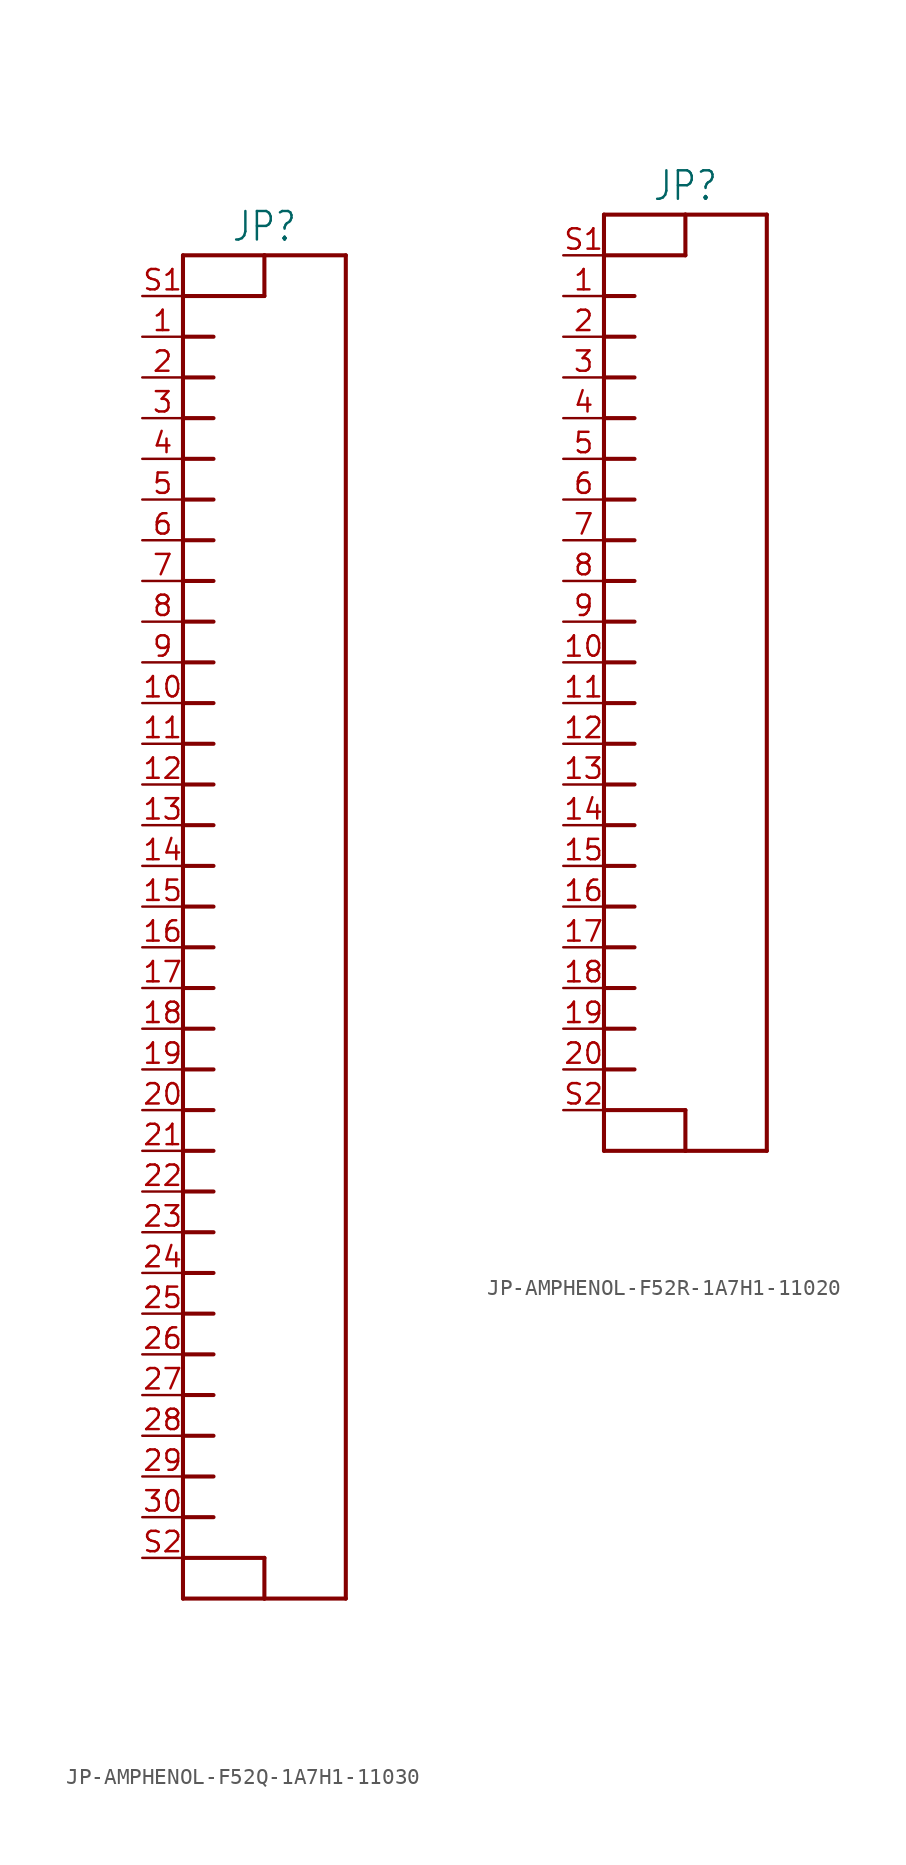
<source format=kicad_sym>
(kicad_symbol_lib
  (version 20231120)
  (generator "kicad_symbol_editor")
  (generator_version "8.0")
  (symbol "JP-AMPHENOL-F52Q-1A7H1-11030"
    (property "Reference" "JP"
      (at 2.54 41.402 0)
      (effects (font (size 1.778 1.511)) (justify bottom)))
    (property "Value" ""
      (at 2.54 -43.942 0)
      (effects (font (size 1.778 1.511)) (justify top)))
    (property "ki_locked" ""
      (at 0 0 0)
      (effects (font (size 1.27 1.27))))
    (symbol "JP-AMPHENOL-F52Q-1A7H1-11030_1_0"
      (polyline (pts (xy -2.54 -43.18) (xy -2.54 -40.64)) (stroke (width 0.254) (type solid)) (fill (type none)))
      (polyline (pts (xy -2.54 -40.64) (xy -2.54 -38.1)) (stroke (width 0.254) (type solid)) (fill (type none)))
      (polyline (pts (xy -2.54 -40.64) (xy 2.54 -40.64)) (stroke (width 0.254) (type solid)) (fill (type none)))
      (polyline (pts (xy -2.54 -38.1) (xy -2.54 -35.56)) (stroke (width 0.254) (type solid)) (fill (type none)))
      (polyline (pts (xy -2.54 -38.1) (xy -0.635 -38.1)) (stroke (width 0.254) (type solid)) (fill (type none)))
      (polyline (pts (xy -2.54 -35.56) (xy -2.54 -33.02)) (stroke (width 0.254) (type solid)) (fill (type none)))
      (polyline (pts (xy -2.54 -35.56) (xy -0.635 -35.56)) (stroke (width 0.254) (type solid)) (fill (type none)))
      (polyline (pts (xy -2.54 -33.02) (xy -2.54 -30.48)) (stroke (width 0.254) (type solid)) (fill (type none)))
      (polyline (pts (xy -2.54 -33.02) (xy -0.635 -33.02)) (stroke (width 0.254) (type solid)) (fill (type none)))
      (polyline (pts (xy -2.54 -30.48) (xy -2.54 -27.94)) (stroke (width 0.254) (type solid)) (fill (type none)))
      (polyline (pts (xy -2.54 -30.48) (xy -0.635 -30.48)) (stroke (width 0.254) (type solid)) (fill (type none)))
      (polyline (pts (xy -2.54 -27.94) (xy -2.54 -25.4)) (stroke (width 0.254) (type solid)) (fill (type none)))
      (polyline (pts (xy -2.54 -27.94) (xy -0.635 -27.94)) (stroke (width 0.254) (type solid)) (fill (type none)))
      (polyline (pts (xy -2.54 -25.4) (xy -2.54 -22.86)) (stroke (width 0.254) (type solid)) (fill (type none)))
      (polyline (pts (xy -2.54 -25.4) (xy -0.635 -25.4)) (stroke (width 0.254) (type solid)) (fill (type none)))
      (polyline (pts (xy -2.54 -22.86) (xy -2.54 -20.32)) (stroke (width 0.254) (type solid)) (fill (type none)))
      (polyline (pts (xy -2.54 -22.86) (xy -0.635 -22.86)) (stroke (width 0.254) (type solid)) (fill (type none)))
      (polyline (pts (xy -2.54 -20.32) (xy -2.54 -17.78)) (stroke (width 0.254) (type solid)) (fill (type none)))
      (polyline (pts (xy -2.54 -20.32) (xy -0.635 -20.32)) (stroke (width 0.254) (type solid)) (fill (type none)))
      (polyline (pts (xy -2.54 -17.78) (xy -2.54 -15.24)) (stroke (width 0.254) (type solid)) (fill (type none)))
      (polyline (pts (xy -2.54 -17.78) (xy -0.635 -17.78)) (stroke (width 0.254) (type solid)) (fill (type none)))
      (polyline (pts (xy -2.54 -15.24) (xy -2.54 -12.7)) (stroke (width 0.254) (type solid)) (fill (type none)))
      (polyline (pts (xy -2.54 -15.24) (xy -0.635 -15.24)) (stroke (width 0.254) (type solid)) (fill (type none)))
      (polyline (pts (xy -2.54 -12.7) (xy -2.54 -10.16)) (stroke (width 0.254) (type solid)) (fill (type none)))
      (polyline (pts (xy -2.54 -12.7) (xy -0.635 -12.7)) (stroke (width 0.254) (type solid)) (fill (type none)))
      (polyline (pts (xy -2.54 -10.16) (xy -2.54 -7.62)) (stroke (width 0.254) (type solid)) (fill (type none)))
      (polyline (pts (xy -2.54 -10.16) (xy -0.635 -10.16)) (stroke (width 0.254) (type solid)) (fill (type none)))
      (polyline (pts (xy -2.54 -7.62) (xy -2.54 -5.08)) (stroke (width 0.254) (type solid)) (fill (type none)))
      (polyline (pts (xy -2.54 -7.62) (xy -0.635 -7.62)) (stroke (width 0.254) (type solid)) (fill (type none)))
      (polyline (pts (xy -2.54 -5.08) (xy -2.54 -2.54)) (stroke (width 0.254) (type solid)) (fill (type none)))
      (polyline (pts (xy -2.54 -5.08) (xy -0.635 -5.08)) (stroke (width 0.254) (type solid)) (fill (type none)))
      (polyline (pts (xy -2.54 -2.54) (xy -2.54 0)) (stroke (width 0.254) (type solid)) (fill (type none)))
      (polyline (pts (xy -2.54 -2.54) (xy -0.635 -2.54)) (stroke (width 0.254) (type solid)) (fill (type none)))
      (polyline (pts (xy -2.54 0) (xy -2.54 2.54)) (stroke (width 0.254) (type solid)) (fill (type none)))
      (polyline (pts (xy -2.54 0) (xy -0.635 0)) (stroke (width 0.254) (type solid)) (fill (type none)))
      (polyline (pts (xy -2.54 2.54) (xy -2.54 5.08)) (stroke (width 0.254) (type solid)) (fill (type none)))
      (polyline (pts (xy -2.54 2.54) (xy -0.635 2.54)) (stroke (width 0.254) (type solid)) (fill (type none)))
      (polyline (pts (xy -2.54 5.08) (xy -2.54 7.62)) (stroke (width 0.254) (type solid)) (fill (type none)))
      (polyline (pts (xy -2.54 5.08) (xy -0.635 5.08)) (stroke (width 0.254) (type solid)) (fill (type none)))
      (polyline (pts (xy -2.54 7.62) (xy -2.54 10.16)) (stroke (width 0.254) (type solid)) (fill (type none)))
      (polyline (pts (xy -2.54 7.62) (xy -0.635 7.62)) (stroke (width 0.254) (type solid)) (fill (type none)))
      (polyline (pts (xy -2.54 10.16) (xy -2.54 12.7)) (stroke (width 0.254) (type solid)) (fill (type none)))
      (polyline (pts (xy -2.54 10.16) (xy -0.635 10.16)) (stroke (width 0.254) (type solid)) (fill (type none)))
      (polyline (pts (xy -2.54 12.7) (xy -2.54 15.24)) (stroke (width 0.254) (type solid)) (fill (type none)))
      (polyline (pts (xy -2.54 12.7) (xy -0.635 12.7)) (stroke (width 0.254) (type solid)) (fill (type none)))
      (polyline (pts (xy -2.54 15.24) (xy -2.54 17.78)) (stroke (width 0.254) (type solid)) (fill (type none)))
      (polyline (pts (xy -2.54 15.24) (xy -0.635 15.24)) (stroke (width 0.254) (type solid)) (fill (type none)))
      (polyline (pts (xy -2.54 17.78) (xy -2.54 20.32)) (stroke (width 0.254) (type solid)) (fill (type none)))
      (polyline (pts (xy -2.54 17.78) (xy -0.635 17.78)) (stroke (width 0.254) (type solid)) (fill (type none)))
      (polyline (pts (xy -2.54 20.32) (xy -2.54 22.86)) (stroke (width 0.254) (type solid)) (fill (type none)))
      (polyline (pts (xy -2.54 20.32) (xy -0.635 20.32)) (stroke (width 0.254) (type solid)) (fill (type none)))
      (polyline (pts (xy -2.54 22.86) (xy -2.54 25.4)) (stroke (width 0.254) (type solid)) (fill (type none)))
      (polyline (pts (xy -2.54 22.86) (xy -0.635 22.86)) (stroke (width 0.254) (type solid)) (fill (type none)))
      (polyline (pts (xy -2.54 25.4) (xy -2.54 27.94)) (stroke (width 0.254) (type solid)) (fill (type none)))
      (polyline (pts (xy -2.54 25.4) (xy -0.635 25.4)) (stroke (width 0.254) (type solid)) (fill (type none)))
      (polyline (pts (xy -2.54 27.94) (xy -2.54 30.48)) (stroke (width 0.254) (type solid)) (fill (type none)))
      (polyline (pts (xy -2.54 27.94) (xy -0.635 27.94)) (stroke (width 0.254) (type solid)) (fill (type none)))
      (polyline (pts (xy -2.54 30.48) (xy -2.54 33.02)) (stroke (width 0.254) (type solid)) (fill (type none)))
      (polyline (pts (xy -2.54 30.48) (xy -0.635 30.48)) (stroke (width 0.254) (type solid)) (fill (type none)))
      (polyline (pts (xy -2.54 33.02) (xy -2.54 35.56)) (stroke (width 0.254) (type solid)) (fill (type none)))
      (polyline (pts (xy -2.54 33.02) (xy -0.635 33.02)) (stroke (width 0.254) (type solid)) (fill (type none)))
      (polyline (pts (xy -2.54 35.56) (xy -2.54 38.1)) (stroke (width 0.254) (type solid)) (fill (type none)))
      (polyline (pts (xy -2.54 35.56) (xy -0.635 35.56)) (stroke (width 0.254) (type solid)) (fill (type none)))
      (polyline (pts (xy -2.54 38.1) (xy -2.54 40.64)) (stroke (width 0.254) (type solid)) (fill (type none)))
      (polyline (pts (xy -2.54 38.1) (xy 2.54 38.1)) (stroke (width 0.254) (type solid)) (fill (type none)))
      (polyline (pts (xy -2.54 40.64) (xy 2.54 40.64)) (stroke (width 0.254) (type solid)) (fill (type none)))
      (polyline (pts (xy 2.54 -43.18) (xy -2.54 -43.18)) (stroke (width 0.254) (type solid)) (fill (type none)))
      (polyline (pts (xy 2.54 -40.64) (xy 2.54 -43.18)) (stroke (width 0.254) (type solid)) (fill (type none)))
      (polyline (pts (xy 2.54 38.1) (xy 2.54 40.64)) (stroke (width 0.254) (type solid)) (fill (type none)))
      (polyline (pts (xy 2.54 40.64) (xy 7.62 40.64)) (stroke (width 0.254) (type solid)) (fill (type none)))
      (polyline (pts (xy 7.62 -43.18) (xy 2.54 -43.18)) (stroke (width 0.254) (type solid)) (fill (type none)))
      (polyline (pts (xy 7.62 40.64) (xy 7.62 -43.18)) (stroke (width 0.254) (type solid)) (fill (type none)))
      (pin passive line (at -5.08 35.56 0) (length 2.54) (name "1" (effects (font (size 0 0)))) (number "1" (effects (font (size 1.27 1.27)))))
      (pin passive line (at -5.08 12.7 0) (length 2.54) (name "10" (effects (font (size 0 0)))) (number "10" (effects (font (size 1.27 1.27)))))
      (pin passive line (at -5.08 10.16 0) (length 2.54) (name "11" (effects (font (size 0 0)))) (number "11" (effects (font (size 1.27 1.27)))))
      (pin passive line (at -5.08 7.62 0) (length 2.54) (name "12" (effects (font (size 0 0)))) (number "12" (effects (font (size 1.27 1.27)))))
      (pin passive line (at -5.08 5.08 0) (length 2.54) (name "13" (effects (font (size 0 0)))) (number "13" (effects (font (size 1.27 1.27)))))
      (pin passive line (at -5.08 2.54 0) (length 2.54) (name "14" (effects (font (size 0 0)))) (number "14" (effects (font (size 1.27 1.27)))))
      (pin passive line (at -5.08 0 0) (length 2.54) (name "15" (effects (font (size 0 0)))) (number "15" (effects (font (size 1.27 1.27)))))
      (pin passive line (at -5.08 -2.54 0) (length 2.54) (name "16" (effects (font (size 0 0)))) (number "16" (effects (font (size 1.27 1.27)))))
      (pin passive line (at -5.08 -5.08 0) (length 2.54) (name "17" (effects (font (size 0 0)))) (number "17" (effects (font (size 1.27 1.27)))))
      (pin passive line (at -5.08 -7.62 0) (length 2.54) (name "18" (effects (font (size 0 0)))) (number "18" (effects (font (size 1.27 1.27)))))
      (pin passive line (at -5.08 -10.16 0) (length 2.54) (name "19" (effects (font (size 0 0)))) (number "19" (effects (font (size 1.27 1.27)))))
      (pin passive line (at -5.08 33.02 0) (length 2.54) (name "2" (effects (font (size 0 0)))) (number "2" (effects (font (size 1.27 1.27)))))
      (pin passive line (at -5.08 -12.7 0) (length 2.54) (name "20" (effects (font (size 0 0)))) (number "20" (effects (font (size 1.27 1.27)))))
      (pin passive line (at -5.08 -15.24 0) (length 2.54) (name "21" (effects (font (size 0 0)))) (number "21" (effects (font (size 1.27 1.27)))))
      (pin passive line (at -5.08 -17.78 0) (length 2.54) (name "22" (effects (font (size 0 0)))) (number "22" (effects (font (size 1.27 1.27)))))
      (pin passive line (at -5.08 -20.32 0) (length 2.54) (name "23" (effects (font (size 0 0)))) (number "23" (effects (font (size 1.27 1.27)))))
      (pin passive line (at -5.08 -22.86 0) (length 2.54) (name "24" (effects (font (size 0 0)))) (number "24" (effects (font (size 1.27 1.27)))))
      (pin passive line (at -5.08 -25.4 0) (length 2.54) (name "25" (effects (font (size 0 0)))) (number "25" (effects (font (size 1.27 1.27)))))
      (pin passive line (at -5.08 -27.94 0) (length 2.54) (name "26" (effects (font (size 0 0)))) (number "26" (effects (font (size 1.27 1.27)))))
      (pin passive line (at -5.08 -30.48 0) (length 2.54) (name "27" (effects (font (size 0 0)))) (number "27" (effects (font (size 1.27 1.27)))))
      (pin passive line (at -5.08 -33.02 0) (length 2.54) (name "28" (effects (font (size 0 0)))) (number "28" (effects (font (size 1.27 1.27)))))
      (pin passive line (at -5.08 -35.56 0) (length 2.54) (name "29" (effects (font (size 0 0)))) (number "29" (effects (font (size 1.27 1.27)))))
      (pin passive line (at -5.08 30.48 0) (length 2.54) (name "3" (effects (font (size 0 0)))) (number "3" (effects (font (size 1.27 1.27)))))
      (pin passive line (at -5.08 -38.1 0) (length 2.54) (name "30" (effects (font (size 0 0)))) (number "30" (effects (font (size 1.27 1.27)))))
      (pin passive line (at -5.08 27.94 0) (length 2.54) (name "4" (effects (font (size 0 0)))) (number "4" (effects (font (size 1.27 1.27)))))
      (pin passive line (at -5.08 25.4 0) (length 2.54) (name "5" (effects (font (size 0 0)))) (number "5" (effects (font (size 1.27 1.27)))))
      (pin passive line (at -5.08 22.86 0) (length 2.54) (name "6" (effects (font (size 0 0)))) (number "6" (effects (font (size 1.27 1.27)))))
      (pin passive line (at -5.08 20.32 0) (length 2.54) (name "7" (effects (font (size 0 0)))) (number "7" (effects (font (size 1.27 1.27)))))
      (pin passive line (at -5.08 17.78 0) (length 2.54) (name "8" (effects (font (size 0 0)))) (number "8" (effects (font (size 1.27 1.27)))))
      (pin passive line (at -5.08 15.24 0) (length 2.54) (name "9" (effects (font (size 0 0)))) (number "9" (effects (font (size 1.27 1.27)))))
      (pin passive line (at -5.08 38.1 0) (length 2.54) (name "S1" (effects (font (size 0 0)))) (number "S1" (effects (font (size 1.27 1.27)))))
      (pin passive line (at -5.08 -40.64 0) (length 2.54) (name "S2" (effects (font (size 0 0)))) (number "S2" (effects (font (size 1.27 1.27)))))))
  (symbol "JP-AMPHENOL-F52R-1A7H1-11020"
    (property "Reference" "JP"
      (at 2.54 28.702 0)
      (effects (font (size 1.778 1.511)) (justify bottom)))
    (property "Value" ""
      (at 2.54 -31.242 0)
      (effects (font (size 1.778 1.511)) (justify top)))
    (property "ki_locked" ""
      (at 0 0 0)
      (effects (font (size 1.27 1.27))))
    (symbol "JP-AMPHENOL-F52R-1A7H1-11020_1_0"
      (polyline (pts (xy -2.54 -30.48) (xy -2.54 -27.94)) (stroke (width 0.254) (type solid)) (fill (type none)))
      (polyline (pts (xy -2.54 -27.94) (xy -2.54 -25.4)) (stroke (width 0.254) (type solid)) (fill (type none)))
      (polyline (pts (xy -2.54 -27.94) (xy 2.54 -27.94)) (stroke (width 0.254) (type solid)) (fill (type none)))
      (polyline (pts (xy -2.54 -25.4) (xy -2.54 -22.86)) (stroke (width 0.254) (type solid)) (fill (type none)))
      (polyline (pts (xy -2.54 -25.4) (xy -0.635 -25.4)) (stroke (width 0.254) (type solid)) (fill (type none)))
      (polyline (pts (xy -2.54 -22.86) (xy -2.54 -20.32)) (stroke (width 0.254) (type solid)) (fill (type none)))
      (polyline (pts (xy -2.54 -22.86) (xy -0.635 -22.86)) (stroke (width 0.254) (type solid)) (fill (type none)))
      (polyline (pts (xy -2.54 -20.32) (xy -2.54 -17.78)) (stroke (width 0.254) (type solid)) (fill (type none)))
      (polyline (pts (xy -2.54 -20.32) (xy -0.635 -20.32)) (stroke (width 0.254) (type solid)) (fill (type none)))
      (polyline (pts (xy -2.54 -17.78) (xy -2.54 -15.24)) (stroke (width 0.254) (type solid)) (fill (type none)))
      (polyline (pts (xy -2.54 -17.78) (xy -0.635 -17.78)) (stroke (width 0.254) (type solid)) (fill (type none)))
      (polyline (pts (xy -2.54 -15.24) (xy -2.54 -12.7)) (stroke (width 0.254) (type solid)) (fill (type none)))
      (polyline (pts (xy -2.54 -15.24) (xy -0.635 -15.24)) (stroke (width 0.254) (type solid)) (fill (type none)))
      (polyline (pts (xy -2.54 -12.7) (xy -2.54 -10.16)) (stroke (width 0.254) (type solid)) (fill (type none)))
      (polyline (pts (xy -2.54 -12.7) (xy -0.635 -12.7)) (stroke (width 0.254) (type solid)) (fill (type none)))
      (polyline (pts (xy -2.54 -10.16) (xy -2.54 -7.62)) (stroke (width 0.254) (type solid)) (fill (type none)))
      (polyline (pts (xy -2.54 -10.16) (xy -0.635 -10.16)) (stroke (width 0.254) (type solid)) (fill (type none)))
      (polyline (pts (xy -2.54 -7.62) (xy -2.54 -5.08)) (stroke (width 0.254) (type solid)) (fill (type none)))
      (polyline (pts (xy -2.54 -7.62) (xy -0.635 -7.62)) (stroke (width 0.254) (type solid)) (fill (type none)))
      (polyline (pts (xy -2.54 -5.08) (xy -2.54 -2.54)) (stroke (width 0.254) (type solid)) (fill (type none)))
      (polyline (pts (xy -2.54 -5.08) (xy -0.635 -5.08)) (stroke (width 0.254) (type solid)) (fill (type none)))
      (polyline (pts (xy -2.54 -2.54) (xy -2.54 0)) (stroke (width 0.254) (type solid)) (fill (type none)))
      (polyline (pts (xy -2.54 -2.54) (xy -0.635 -2.54)) (stroke (width 0.254) (type solid)) (fill (type none)))
      (polyline (pts (xy -2.54 0) (xy -2.54 2.54)) (stroke (width 0.254) (type solid)) (fill (type none)))
      (polyline (pts (xy -2.54 0) (xy -0.635 0)) (stroke (width 0.254) (type solid)) (fill (type none)))
      (polyline (pts (xy -2.54 2.54) (xy -2.54 5.08)) (stroke (width 0.254) (type solid)) (fill (type none)))
      (polyline (pts (xy -2.54 2.54) (xy -0.635 2.54)) (stroke (width 0.254) (type solid)) (fill (type none)))
      (polyline (pts (xy -2.54 5.08) (xy -2.54 7.62)) (stroke (width 0.254) (type solid)) (fill (type none)))
      (polyline (pts (xy -2.54 5.08) (xy -0.635 5.08)) (stroke (width 0.254) (type solid)) (fill (type none)))
      (polyline (pts (xy -2.54 7.62) (xy -2.54 10.16)) (stroke (width 0.254) (type solid)) (fill (type none)))
      (polyline (pts (xy -2.54 7.62) (xy -0.635 7.62)) (stroke (width 0.254) (type solid)) (fill (type none)))
      (polyline (pts (xy -2.54 10.16) (xy -2.54 12.7)) (stroke (width 0.254) (type solid)) (fill (type none)))
      (polyline (pts (xy -2.54 10.16) (xy -0.635 10.16)) (stroke (width 0.254) (type solid)) (fill (type none)))
      (polyline (pts (xy -2.54 12.7) (xy -2.54 15.24)) (stroke (width 0.254) (type solid)) (fill (type none)))
      (polyline (pts (xy -2.54 12.7) (xy -0.635 12.7)) (stroke (width 0.254) (type solid)) (fill (type none)))
      (polyline (pts (xy -2.54 15.24) (xy -2.54 17.78)) (stroke (width 0.254) (type solid)) (fill (type none)))
      (polyline (pts (xy -2.54 15.24) (xy -0.635 15.24)) (stroke (width 0.254) (type solid)) (fill (type none)))
      (polyline (pts (xy -2.54 17.78) (xy -2.54 20.32)) (stroke (width 0.254) (type solid)) (fill (type none)))
      (polyline (pts (xy -2.54 17.78) (xy -0.635 17.78)) (stroke (width 0.254) (type solid)) (fill (type none)))
      (polyline (pts (xy -2.54 20.32) (xy -2.54 22.86)) (stroke (width 0.254) (type solid)) (fill (type none)))
      (polyline (pts (xy -2.54 20.32) (xy -0.635 20.32)) (stroke (width 0.254) (type solid)) (fill (type none)))
      (polyline (pts (xy -2.54 22.86) (xy -2.54 25.4)) (stroke (width 0.254) (type solid)) (fill (type none)))
      (polyline (pts (xy -2.54 22.86) (xy -0.635 22.86)) (stroke (width 0.254) (type solid)) (fill (type none)))
      (polyline (pts (xy -2.54 25.4) (xy -2.54 27.94)) (stroke (width 0.254) (type solid)) (fill (type none)))
      (polyline (pts (xy -2.54 25.4) (xy 2.54 25.4)) (stroke (width 0.254) (type solid)) (fill (type none)))
      (polyline (pts (xy -2.54 27.94) (xy 2.54 27.94)) (stroke (width 0.254) (type solid)) (fill (type none)))
      (polyline (pts (xy 2.54 -30.48) (xy -2.54 -30.48)) (stroke (width 0.254) (type solid)) (fill (type none)))
      (polyline (pts (xy 2.54 -27.94) (xy 2.54 -30.48)) (stroke (width 0.254) (type solid)) (fill (type none)))
      (polyline (pts (xy 2.54 25.4) (xy 2.54 27.94)) (stroke (width 0.254) (type solid)) (fill (type none)))
      (polyline (pts (xy 2.54 27.94) (xy 7.62 27.94)) (stroke (width 0.254) (type solid)) (fill (type none)))
      (polyline (pts (xy 7.62 -30.48) (xy 2.54 -30.48)) (stroke (width 0.254) (type solid)) (fill (type none)))
      (polyline (pts (xy 7.62 27.94) (xy 7.62 -30.48)) (stroke (width 0.254) (type solid)) (fill (type none)))
      (pin passive line (at -5.08 22.86 0) (length 2.54) (name "1" (effects (font (size 0 0)))) (number "1" (effects (font (size 1.27 1.27)))))
      (pin passive line (at -5.08 0 0) (length 2.54) (name "10" (effects (font (size 0 0)))) (number "10" (effects (font (size 1.27 1.27)))))
      (pin passive line (at -5.08 -2.54 0) (length 2.54) (name "11" (effects (font (size 0 0)))) (number "11" (effects (font (size 1.27 1.27)))))
      (pin passive line (at -5.08 -5.08 0) (length 2.54) (name "12" (effects (font (size 0 0)))) (number "12" (effects (font (size 1.27 1.27)))))
      (pin passive line (at -5.08 -7.62 0) (length 2.54) (name "13" (effects (font (size 0 0)))) (number "13" (effects (font (size 1.27 1.27)))))
      (pin passive line (at -5.08 -10.16 0) (length 2.54) (name "14" (effects (font (size 0 0)))) (number "14" (effects (font (size 1.27 1.27)))))
      (pin passive line (at -5.08 -12.7 0) (length 2.54) (name "15" (effects (font (size 0 0)))) (number "15" (effects (font (size 1.27 1.27)))))
      (pin passive line (at -5.08 -15.24 0) (length 2.54) (name "16" (effects (font (size 0 0)))) (number "16" (effects (font (size 1.27 1.27)))))
      (pin passive line (at -5.08 -17.78 0) (length 2.54) (name "17" (effects (font (size 0 0)))) (number "17" (effects (font (size 1.27 1.27)))))
      (pin passive line (at -5.08 -20.32 0) (length 2.54) (name "18" (effects (font (size 0 0)))) (number "18" (effects (font (size 1.27 1.27)))))
      (pin passive line (at -5.08 -22.86 0) (length 2.54) (name "19" (effects (font (size 0 0)))) (number "19" (effects (font (size 1.27 1.27)))))
      (pin passive line (at -5.08 20.32 0) (length 2.54) (name "2" (effects (font (size 0 0)))) (number "2" (effects (font (size 1.27 1.27)))))
      (pin passive line (at -5.08 -25.4 0) (length 2.54) (name "20" (effects (font (size 0 0)))) (number "20" (effects (font (size 1.27 1.27)))))
      (pin passive line (at -5.08 17.78 0) (length 2.54) (name "3" (effects (font (size 0 0)))) (number "3" (effects (font (size 1.27 1.27)))))
      (pin passive line (at -5.08 15.24 0) (length 2.54) (name "4" (effects (font (size 0 0)))) (number "4" (effects (font (size 1.27 1.27)))))
      (pin passive line (at -5.08 12.7 0) (length 2.54) (name "5" (effects (font (size 0 0)))) (number "5" (effects (font (size 1.27 1.27)))))
      (pin passive line (at -5.08 10.16 0) (length 2.54) (name "6" (effects (font (size 0 0)))) (number "6" (effects (font (size 1.27 1.27)))))
      (pin passive line (at -5.08 7.62 0) (length 2.54) (name "7" (effects (font (size 0 0)))) (number "7" (effects (font (size 1.27 1.27)))))
      (pin passive line (at -5.08 5.08 0) (length 2.54) (name "8" (effects (font (size 0 0)))) (number "8" (effects (font (size 1.27 1.27)))))
      (pin passive line (at -5.08 2.54 0) (length 2.54) (name "9" (effects (font (size 0 0)))) (number "9" (effects (font (size 1.27 1.27)))))
      (pin passive line (at -5.08 25.4 0) (length 2.54) (name "S1" (effects (font (size 0 0)))) (number "S1" (effects (font (size 1.27 1.27)))))
      (pin passive line (at -5.08 -27.94 0) (length 2.54) (name "S2" (effects (font (size 0 0)))) (number "S2" (effects (font (size 1.27 1.27))))))))
</source>
